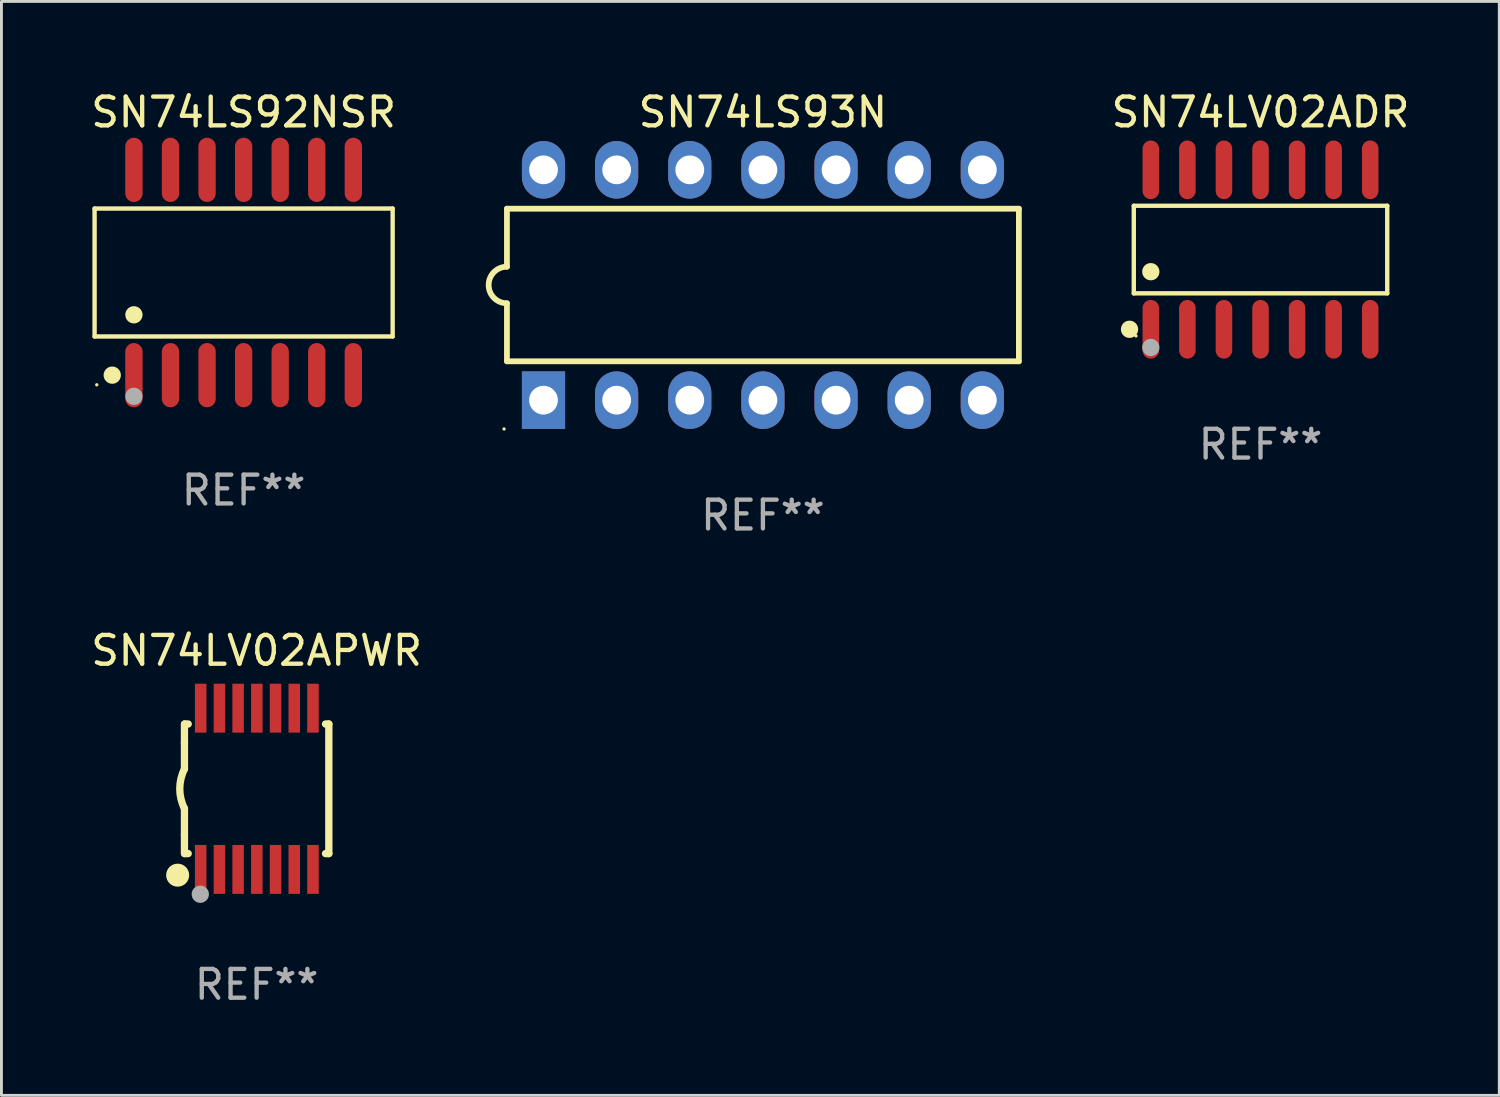
<source format=kicad_pcb>
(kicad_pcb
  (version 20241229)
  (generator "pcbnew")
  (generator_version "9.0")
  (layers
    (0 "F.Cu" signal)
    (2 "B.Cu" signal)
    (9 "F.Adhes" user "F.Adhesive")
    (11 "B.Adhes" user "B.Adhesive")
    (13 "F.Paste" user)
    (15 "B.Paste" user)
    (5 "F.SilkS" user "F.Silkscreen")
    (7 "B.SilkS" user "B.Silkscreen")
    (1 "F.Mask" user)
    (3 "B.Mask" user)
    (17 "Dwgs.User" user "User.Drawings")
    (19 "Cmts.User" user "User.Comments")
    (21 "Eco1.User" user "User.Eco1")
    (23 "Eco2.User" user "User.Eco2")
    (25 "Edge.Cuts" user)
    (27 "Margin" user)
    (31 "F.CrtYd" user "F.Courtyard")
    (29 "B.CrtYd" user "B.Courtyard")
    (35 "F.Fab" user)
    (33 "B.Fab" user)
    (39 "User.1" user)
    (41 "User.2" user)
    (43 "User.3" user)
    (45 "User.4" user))
  (footprint "SN74LS92NSR"
    (layer "F.Cu")
    (at 5.411 6.414)
    (property "Reference" "SN74LS92NSR" (at 0 -5.565 0) (layer "F.SilkS") (effects (font (size 1 1) (thickness 0.15))))
    (attr through_hole)
    (fp_line (start -5.176 -2.221) (end 5.176 -2.221) (stroke (width 0.152) (type solid)) (layer "F.SilkS"))
    (fp_line (start -5.176 2.221) (end -5.176 -2.221) (stroke (width 0.152) (type solid)) (layer "F.SilkS"))
    (fp_line (start 5.176 -2.221) (end 5.176 2.221) (stroke (width 0.152) (type solid)) (layer "F.SilkS"))
    (fp_line (start 5.176 2.221) (end -5.176 2.221) (stroke (width 0.152) (type solid)) (layer "F.SilkS"))
    (fp_circle (center -5.1 3.9) (end -5.07 3.9) (stroke (width 0.06) (type solid)) (fill no) (layer "F.SilkS"))
    (fp_circle (center -4.563 3.565) (end -4.413 3.565) (stroke (width 0.3) (type solid)) (fill no) (layer "F.SilkS"))
    (fp_circle (center -3.81 1.469) (end -3.66 1.469) (stroke (width 0.3) (type solid)) (fill no) (layer "F.SilkS"))
    (fp_circle (center -3.81 4.3) (end -3.66 4.3) (stroke (width 0.3) (type solid)) (fill no) (layer "F.Fab"))
    (fp_text user "REF**" (at 0 7.565 0) (layer "F.Fab") (effects (font (size 1 1) (thickness 0.15))))
    (pad "1" smd oval (at -3.81 3.565) (size 0.602 2.231) (layers "F.Cu" "F.Mask" "F.Paste"))
    (pad "2" smd oval (at -2.54 3.565) (size 0.602 2.231) (layers "F.Cu" "F.Mask" "F.Paste"))
    (pad "3" smd oval (at -1.27 3.565) (size 0.602 2.231) (layers "F.Cu" "F.Mask" "F.Paste"))
    (pad "4" smd oval (at 0 3.565) (size 0.602 2.231) (layers "F.Cu" "F.Mask" "F.Paste"))
    (pad "5" smd oval (at 1.27 3.565) (size 0.602 2.231) (layers "F.Cu" "F.Mask" "F.Paste"))
    (pad "6" smd oval (at 2.54 3.565) (size 0.602 2.231) (layers "F.Cu" "F.Mask" "F.Paste"))
    (pad "7" smd oval (at 3.81 3.565) (size 0.602 2.231) (layers "F.Cu" "F.Mask" "F.Paste"))
    (pad "8" smd oval (at 3.81 -3.565) (size 0.602 2.231) (layers "F.Cu" "F.Mask" "F.Paste"))
    (pad "9" smd oval (at 2.54 -3.565) (size 0.602 2.231) (layers "F.Cu" "F.Mask" "F.Paste"))
    (pad "10" smd oval (at 1.27 -3.565) (size 0.602 2.231) (layers "F.Cu" "F.Mask" "F.Paste"))
    (pad "11" smd oval (at 0 -3.565) (size 0.602 2.231) (layers "F.Cu" "F.Mask" "F.Paste"))
    (pad "12" smd oval (at -1.27 -3.565) (size 0.602 2.231) (layers "F.Cu" "F.Mask" "F.Paste"))
    (pad "13" smd oval (at -2.54 -3.565) (size 0.602 2.231) (layers "F.Cu" "F.Mask" "F.Paste"))
    (pad "14" smd oval (at -3.81 -3.565) (size 0.602 2.231) (layers "F.Cu" "F.Mask" "F.Paste")))
  (footprint "SN74LS93N"
    (layer "F.Cu")
    (at 23.446 6.848)
    (property "Reference" "SN74LS93N" (at 0 -6 0) (layer "F.SilkS") (effects (font (size 1 1) (thickness 0.15))))
    (attr through_hole)
    (fp_line (start -8.89 -2.65) (end -8.89 -0.635) (stroke (width 0.2) (type solid)) (layer "F.SilkS"))
    (fp_line (start -8.89 0.635) (end -8.89 2.65) (stroke (width 0.2) (type solid)) (layer "F.SilkS"))
    (fp_line (start -8.89 2.65) (end 8.89 2.65) (stroke (width 0.2) (type solid)) (layer "F.SilkS"))
    (fp_line (start 8.89 -2.65) (end -8.89 -2.65) (stroke (width 0.2) (type solid)) (layer "F.SilkS"))
    (fp_line (start 8.89 2.65) (end 8.89 -2.65) (stroke (width 0.2) (type solid)) (layer "F.SilkS"))
    (fp_arc (start -8.890018 0.635001) (mid -9.525019 0) (end -8.890018 -0.635001) (stroke (width 0.2) (type solid)) (layer "F.SilkS"))
    (fp_circle (center -8.99 5) (end -8.96 5) (stroke (width 0.06) (type solid)) (fill no) (layer "F.SilkS"))
    (fp_text user "REF**" (at 0 8 0) (layer "F.Fab") (effects (font (size 1 1) (thickness 0.15))))
    (pad "1" thru_hole rect (at -7.62 4 90) (size 2 1.5) (drill 1) (layers "*.Cu" "*.Mask"))
    (pad "2" thru_hole oval (at -5.08 4 90) (size 2 1.5) (drill 1) (layers "*.Cu" "*.Mask"))
    (pad "3" thru_hole oval (at -2.54 4 90) (size 2 1.5) (drill 1) (layers "*.Cu" "*.Mask"))
    (pad "4" thru_hole oval (at 0 4 90) (size 2 1.5) (drill 1) (layers "*.Cu" "*.Mask"))
    (pad "5" thru_hole oval (at 2.54 4 90) (size 2 1.5) (drill 1) (layers "*.Cu" "*.Mask"))
    (pad "6" thru_hole oval (at 5.08 4 90) (size 2 1.5) (drill 1) (layers "*.Cu" "*.Mask"))
    (pad "7" thru_hole oval (at 7.62 4 90) (size 2 1.5) (drill 1) (layers "*.Cu" "*.Mask"))
    (pad "8" thru_hole oval (at 7.62 -4 90) (size 2 1.5) (drill 1) (layers "*.Cu" "*.Mask"))
    (pad "9" thru_hole oval (at 5.08 -4 90) (size 2 1.5) (drill 1) (layers "*.Cu" "*.Mask"))
    (pad "10" thru_hole oval (at 2.54 -4 90) (size 2 1.5) (drill 1) (layers "*.Cu" "*.Mask"))
    (pad "11" thru_hole oval (at 0 -4 90) (size 2 1.5) (drill 1) (layers "*.Cu" "*.Mask"))
    (pad "12" thru_hole oval (at -2.54 -4 90) (size 2 1.5) (drill 1) (layers "*.Cu" "*.Mask"))
    (pad "13" thru_hole oval (at -5.08 -4 90) (size 2 1.5) (drill 1) (layers "*.Cu" "*.Mask"))
    (pad "14" thru_hole oval (at -7.62 -4 90) (size 2 1.5) (drill 1) (layers "*.Cu" "*.Mask")))
  (footprint "SN74LV02APWR"
    (layer "F.Cu")
    (at 5.863 24.345)
    (property "Reference" "SN74LV02APWR" (at 0 -4.8 0) (layer "F.SilkS") (effects (font (size 1 1) (thickness 0.15))))
    (attr through_hole)
    (fp_line (start -2.507 -1.6) (end -2.507 -2.25) (stroke (width 0.254) (type solid)) (layer "F.SilkS"))
    (fp_line (start -2.507 -0.686) (end -2.507 -1.6) (stroke (width 0.254) (type solid)) (layer "F.SilkS"))
    (fp_line (start -2.507 1.6) (end -2.507 0.686) (stroke (width 0.254) (type solid)) (layer "F.SilkS"))
    (fp_line (start -2.507 1.6) (end -2.507 2.25) (stroke (width 0.254) (type solid)) (layer "F.SilkS"))
    (fp_line (start -2.493 -2.25) (end -2.377 -2.25) (stroke (width 0.254) (type solid)) (layer "F.SilkS"))
    (fp_line (start -2.377 2.25) (end -2.493 2.25) (stroke (width 0.254) (type solid)) (layer "F.SilkS"))
    (fp_line (start 2.392 -2.25) (end 2.507 -2.25) (stroke (width 0.254) (type solid)) (layer "F.SilkS"))
    (fp_line (start 2.507 -2.25) (end 2.507 2.25) (stroke (width 0.254) (type solid)) (layer "F.SilkS"))
    (fp_line (start 2.507 2.25) (end 2.392 2.25) (stroke (width 0.254) (type solid)) (layer "F.SilkS"))
    (fp_arc (start -2.507303 0.685802) (mid -2.669199 0) (end -2.507303 -0.685801) (stroke (width 0.254001) (type solid)) (layer "F.SilkS"))
    (fp_circle (center -2.743 3) (end -2.543 3) (stroke (width 0.4) (type solid)) (fill no) (layer "F.SilkS"))
    (fp_circle (center -2.493 3.2) (end -2.463 3.2) (stroke (width 0.06) (type solid)) (fill no) (layer "F.SilkS"))
    (fp_circle (center -1.957 3.662) (end -1.807 3.662) (stroke (width 0.3) (type solid)) (fill no) (layer "F.Fab"))
    (fp_text user "REF**" (at 0 6.8 0) (layer "F.Fab") (effects (font (size 1 1) (thickness 0.15))))
    (pad "1" smd rect (at -1.943 2.8) (size 0.4 1.7) (layers "F.Cu" "F.Mask" "F.Paste"))
    (pad "2" smd rect (at -1.293 2.8) (size 0.4 1.7) (layers "F.Cu" "F.Mask" "F.Paste"))
    (pad "3" smd rect (at -0.643 2.8) (size 0.4 1.7) (layers "F.Cu" "F.Mask" "F.Paste"))
    (pad "4" smd rect (at 0.007 2.8) (size 0.4 1.7) (layers "F.Cu" "F.Mask" "F.Paste"))
    (pad "5" smd rect (at 0.657 2.8) (size 0.4 1.7) (layers "F.Cu" "F.Mask" "F.Paste"))
    (pad "6" smd rect (at 1.307 2.8) (size 0.4 1.7) (layers "F.Cu" "F.Mask" "F.Paste"))
    (pad "7" smd rect (at 1.957 2.8) (size 0.4 1.7) (layers "F.Cu" "F.Mask" "F.Paste"))
    (pad "8" smd rect (at 1.957 -2.8) (size 0.4 1.7) (layers "F.Cu" "F.Mask" "F.Paste"))
    (pad "9" smd rect (at 1.307 -2.8) (size 0.4 1.7) (layers "F.Cu" "F.Mask" "F.Paste"))
    (pad "10" smd rect (at 0.657 -2.8) (size 0.4 1.7) (layers "F.Cu" "F.Mask" "F.Paste"))
    (pad "11" smd rect (at 0.007 -2.8) (size 0.4 1.7) (layers "F.Cu" "F.Mask" "F.Paste"))
    (pad "12" smd rect (at -0.643 -2.8) (size 0.4 1.7) (layers "F.Cu" "F.Mask" "F.Paste"))
    (pad "13" smd rect (at -1.293 -2.8) (size 0.4 1.7) (layers "F.Cu" "F.Mask" "F.Paste"))
    (pad "14" smd rect (at -1.943 -2.8) (size 0.4 1.7) (layers "F.Cu" "F.Mask" "F.Paste")))
  (footprint "SN74LV02ADR"
    (layer "F.Cu")
    (at 40.728 5.617)
    (property "Reference" "SN74LV02ADR" (at 0 -4.769 0) (layer "F.SilkS") (effects (font (size 1 1) (thickness 0.15))))
    (attr through_hole)
    (fp_line (start -4.401 -1.521) (end 4.401 -1.521) (stroke (width 0.152) (type solid)) (layer "F.SilkS"))
    (fp_line (start -4.401 1.521) (end -4.401 -1.521) (stroke (width 0.152) (type solid)) (layer "F.SilkS"))
    (fp_line (start 4.401 -1.521) (end 4.401 1.521) (stroke (width 0.152) (type solid)) (layer "F.SilkS"))
    (fp_line (start 4.401 1.521) (end -4.401 1.521) (stroke (width 0.152) (type solid)) (layer "F.SilkS"))
    (fp_circle (center -4.549 2.769) (end -4.399 2.769) (stroke (width 0.3) (type solid)) (fill no) (layer "F.SilkS"))
    (fp_circle (center -4.325 3) (end -4.295 3) (stroke (width 0.06) (type solid)) (fill no) (layer "F.SilkS"))
    (fp_circle (center -3.81 0.769) (end -3.66 0.769) (stroke (width 0.3) (type solid)) (fill no) (layer "F.SilkS"))
    (fp_circle (center -3.81 3.4) (end -3.66 3.4) (stroke (width 0.3) (type solid)) (fill no) (layer "F.Fab"))
    (fp_text user "REF**" (at 0 6.769 0) (layer "F.Fab") (effects (font (size 1 1) (thickness 0.15))))
    (pad "1" smd oval (at -3.81 2.769) (size 0.574 2.038) (layers "F.Cu" "F.Mask" "F.Paste"))
    (pad "2" smd oval (at -2.54 2.769) (size 0.574 2.038) (layers "F.Cu" "F.Mask" "F.Paste"))
    (pad "3" smd oval (at -1.27 2.769) (size 0.574 2.038) (layers "F.Cu" "F.Mask" "F.Paste"))
    (pad "4" smd oval (at 0 2.769) (size 0.574 2.038) (layers "F.Cu" "F.Mask" "F.Paste"))
    (pad "5" smd oval (at 1.27 2.769) (size 0.574 2.038) (layers "F.Cu" "F.Mask" "F.Paste"))
    (pad "6" smd oval (at 2.54 2.769) (size 0.574 2.038) (layers "F.Cu" "F.Mask" "F.Paste"))
    (pad "7" smd oval (at 3.81 2.769) (size 0.574 2.038) (layers "F.Cu" "F.Mask" "F.Paste"))
    (pad "8" smd oval (at 3.81 -2.769) (size 0.574 2.038) (layers "F.Cu" "F.Mask" "F.Paste"))
    (pad "9" smd oval (at 2.54 -2.769) (size 0.574 2.038) (layers "F.Cu" "F.Mask" "F.Paste"))
    (pad "10" smd oval (at 1.27 -2.769) (size 0.574 2.038) (layers "F.Cu" "F.Mask" "F.Paste"))
    (pad "11" smd oval (at 0 -2.769) (size 0.574 2.038) (layers "F.Cu" "F.Mask" "F.Paste"))
    (pad "12" smd oval (at -1.27 -2.769) (size 0.574 2.038) (layers "F.Cu" "F.Mask" "F.Paste"))
    (pad "13" smd oval (at -2.54 -2.769) (size 0.574 2.038) (layers "F.Cu" "F.Mask" "F.Paste"))
    (pad "14" smd oval (at -3.81 -2.769) (size 0.574 2.038) (layers "F.Cu" "F.Mask" "F.Paste")))
  (gr_rect
    (start -3 -3)
    (end 49.02 34.993)
    (stroke (width 0.1) (type default))
    (fill no)
    (layer "Edge.Cuts")))
</source>
